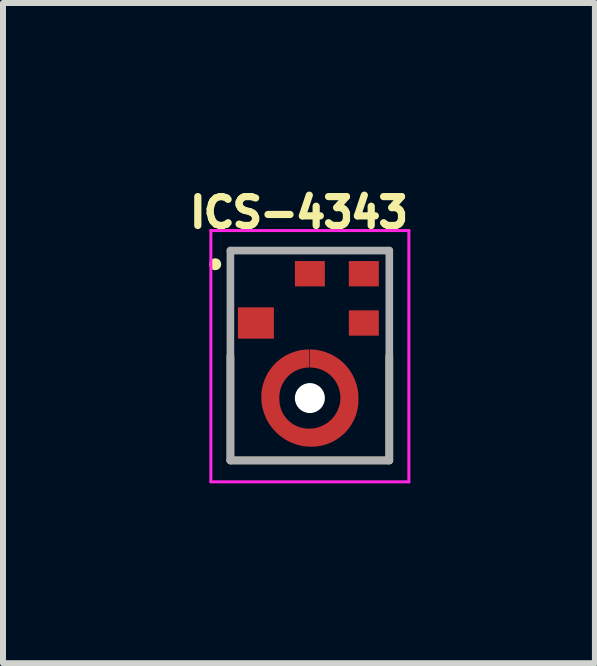
<source format=kicad_pcb>
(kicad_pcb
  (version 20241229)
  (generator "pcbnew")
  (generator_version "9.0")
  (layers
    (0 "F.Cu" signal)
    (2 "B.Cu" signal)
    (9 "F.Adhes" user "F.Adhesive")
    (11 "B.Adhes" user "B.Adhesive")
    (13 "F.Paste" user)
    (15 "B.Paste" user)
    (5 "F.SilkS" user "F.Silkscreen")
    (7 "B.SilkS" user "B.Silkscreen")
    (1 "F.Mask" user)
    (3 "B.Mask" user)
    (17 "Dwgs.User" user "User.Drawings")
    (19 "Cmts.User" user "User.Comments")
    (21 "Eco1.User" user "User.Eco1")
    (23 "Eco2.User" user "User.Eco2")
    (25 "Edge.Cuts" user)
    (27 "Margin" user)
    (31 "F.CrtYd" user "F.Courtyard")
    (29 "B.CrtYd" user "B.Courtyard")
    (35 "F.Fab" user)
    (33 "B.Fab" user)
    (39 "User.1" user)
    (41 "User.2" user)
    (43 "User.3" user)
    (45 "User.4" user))
  (footprint "ICS-4343"
    (layer "F.Cu")
    (at 2.118 3.589)
    (property "Reference" "ICS-4343" (at -0.182 -3.095 0) (layer "F.SilkS") (effects (font (size 0.482 0.482) (thickness 0.15))))
    (attr smd)
    (fp_circle (center 0 0) (end 0.456 0) (stroke (width 0.912) (type solid)) (fill no) (layer "F.Mask"))
    (fp_line (start -1.325 1.04) (end -1.325 -0.7) (stroke (width 0.127) (type solid)) (layer "F.SilkS"))
    (fp_line (start 1.325 -0.7) (end 1.325 1.04) (stroke (width 0.127) (type solid)) (layer "F.SilkS"))
    (fp_line (start 1.325 1.04) (end -1.325 1.04) (stroke (width 0.127) (type solid)) (layer "F.SilkS"))
    (fp_circle (center -1.578 -2.232) (end -1.528 -2.232) (stroke (width 0.1) (type solid)) (fill no) (layer "F.SilkS"))
    (fp_poly (pts (xy 0.38 0.53) (xy 0.28 0.425) (xy 0.23 0.46) (xy 0.12 0.5) (xy 0 0.514) (xy -0.12 0.5) (xy -0.225 0.462) (xy -0.288 0.426) (xy -0.385 0.525) (xy -0.5 0.64) (xy -0.405 0.705) (xy -0.31 0.75) (xy -0.22 0.78) (xy -0.14 0.8) (xy 0 0.81) (xy 0.16 0.796) (xy 0.31 0.75) (xy 0.425 0.69) (xy 0.495 0.645)) (stroke (width 0.001) (type solid)) (fill yes) (layer "F.Paste"))
    (fp_poly (pts (xy -0.375 -0.53) (xy -0.28 -0.435) (xy -0.23 -0.46) (xy -0.175 -0.485) (xy -0.12 -0.5) (xy -0.06 -0.51) (xy 0 -0.514) (xy 0.12 -0.5) (xy 0.225 -0.462) (xy 0.283 -0.426) (xy 0.385 -0.525) (xy 0.5 -0.64) (xy 0.41 -0.7) (xy 0.31 -0.75) (xy 0.23 -0.78) (xy 0.14 -0.8) (xy 0 -0.81) (xy -0.16 -0.796) (xy -0.31 -0.75) (xy -0.415 -0.7) (xy -0.49 -0.645)) (stroke (width 0.001) (type solid)) (fill yes) (layer "F.Paste"))
    (fp_poly (pts (xy 0.53 -0.385) (xy 0.425 -0.28) (xy 0.46 -0.23) (xy 0.5 -0.12) (xy 0.514 0) (xy 0.5 0.12) (xy 0.462 0.225) (xy 0.421 0.283) (xy 0.52 0.38) (xy 0.64 0.5) (xy 0.705 0.405) (xy 0.75 0.31) (xy 0.78 0.23) (xy 0.8 0.14) (xy 0.81 0.06) (xy 0.81 -0.065) (xy 0.796 -0.16) (xy 0.78 -0.235) (xy 0.75 -0.31) (xy 0.705 -0.405) (xy 0.64 -0.5)) (stroke (width 0.001) (type solid)) (fill yes) (layer "F.Paste"))
    (fp_poly (pts (xy -0.53 0.385) (xy -0.43 0.285) (xy -0.465 0.23) (xy -0.505 0.12) (xy -0.51 0.12) (xy -0.505 0.11) (xy -0.52 0.005) (xy -0.524 -0.005) (xy -0.52 -0.005) (xy -0.505 -0.125) (xy -0.462 -0.225) (xy -0.426 -0.293) (xy -0.525 -0.39) (xy -0.635 -0.505) (xy -0.7 -0.41) (xy -0.75 -0.31) (xy -0.78 -0.22) (xy -0.8 -0.14) (xy -0.81 0) (xy -0.796 0.16) (xy -0.75 0.31) (xy -0.705 0.4) (xy -0.64 0.5)) (stroke (width 0.001) (type solid)) (fill yes) (layer "F.Paste"))
    (fp_line (start -1.651 -2.794) (end 1.651 -2.794) (stroke (width 0.05) (type solid)) (layer "F.CrtYd"))
    (fp_line (start -1.651 1.397) (end -1.651 -2.794) (stroke (width 0.05) (type solid)) (layer "F.CrtYd"))
    (fp_line (start 1.651 -2.794) (end 1.651 1.397) (stroke (width 0.05) (type solid)) (layer "F.CrtYd"))
    (fp_line (start 1.651 1.397) (end -1.651 1.397) (stroke (width 0.05) (type solid)) (layer "F.CrtYd"))
    (fp_line (start -1.325 -2.46) (end 1.325 -2.46) (stroke (width 0.127) (type solid)) (layer "F.Fab"))
    (fp_line (start -1.325 1.04) (end -1.325 -2.46) (stroke (width 0.127) (type solid)) (layer "F.Fab"))
    (fp_line (start 1.325 -2.46) (end 1.325 1.04) (stroke (width 0.127) (type solid)) (layer "F.Fab"))
    (fp_line (start 1.325 1.04) (end -1.325 1.04) (stroke (width 0.127) (type solid)) (layer "F.Fab"))
    (pad "" np_thru_hole circle (at 0 0) (size 0.5 0.5) (drill 0.5) (layers "*.Cu" "*.Mask"))
    (pad "2" smd rect (at -0.9 -1.252) (size 0.6 0.522) (layers "F.Cu" "F.Mask" "F.Paste"))
    (pad "3" smd custom (at 0.65 -0.02) (size 0.1 0.1) (layers "F.Cu") (options (anchor rect)) (primitives (gr_poly (pts (xy -0.66 -0.49) (xy -0.66 -0.79) (xy -0.707 -0.789) (xy -0.748 -0.786) (xy -0.789 -0.78) (xy -0.83 -0.773) (xy -0.871 -0.763) (xy -0.911 -0.751) (xy -0.95 -0.737) (xy -0.988 -0.721) (xy -1.026 -0.703) (xy -1.063 -0.684) (xy -1.098 -0.662) (xy -1.132 -0.638) (xy -1.165 -0.613) (xy -1.197 -0.586) (xy -1.227 -0.557) (xy -1.256 -0.527) (xy -1.283 -0.495) (xy -1.308 -0.462) (xy -1.332 -0.428) (xy -1.354 -0.393) (xy -1.373 -0.356) (xy -1.391 -0.318) (xy -1.407 -0.28) (xy -1.421 -0.241) (xy -1.433 -0.201) (xy -1.443 -0.16) (xy -1.45 -0.119) (xy -1.456 -0.078) (xy -1.459 -0.037) (xy -1.46 0) (xy -1.459 0.043) (xy -1.455 0.087) (xy -1.45 0.13) (xy -1.442 0.173) (xy -1.432 0.215) (xy -1.419 0.256) (xy -1.405 0.297) (xy -1.388 0.338) (xy -1.37 0.377) (xy -1.349 0.415) (xy -1.326 0.452) (xy -1.301 0.488) (xy -1.275 0.522) (xy -1.247 0.555) (xy -1.217 0.587) (xy -1.185 0.617) (xy -1.152 0.645) (xy -1.118 0.671) (xy -1.082 0.696) (xy -1.045 0.719) (xy -1.007 0.74) (xy -0.968 0.758) (xy -0.927 0.775) (xy -0.886 0.789) (xy -0.845 0.802) (xy -0.803 0.812) (xy -0.76 0.82) (xy -0.717 0.825) (xy -0.673 0.829) (xy -0.63 0.83) (xy -0.62 0.83) (xy -0.579 0.829) (xy -0.538 0.826) (xy -0.498 0.82) (xy -0.458 0.813) (xy -0.418 0.803) (xy -0.379 0.792) (xy -0.34 0.778) (xy -0.303 0.763) (xy -0.266 0.745) (xy -0.23 0.725) (xy -0.195 0.704) (xy -0.162 0.681) (xy -0.129 0.656) (xy -0.098 0.63) (xy -0.068 0.602) (xy -0.04 0.572) (xy -0.014 0.541) (xy 0.011 0.508) (xy 0.034 0.475) (xy 0.055 0.44) (xy 0.075 0.404) (xy 0.093 0.367) (xy 0.108 0.33) (xy 0.122 0.291) (xy 0.133 0.252) (xy 0.143 0.212) (xy 0.15 0.172) (xy 0.156 0.132) (xy 0.159 0.091) (xy 0.16 0.05) (xy 0.16 0.02) (xy 0.159 -0.022) (xy 0.156 -0.065) (xy 0.15 -0.107) (xy 0.142 -0.148) (xy 0.132 -0.19) (xy 0.12 -0.23) (xy 0.106 -0.27) (xy 0.09 -0.309) (xy 0.072 -0.348) (xy 0.051 -0.385) (xy 0.029 -0.421) (xy 0.005 -0.456) (xy -0.021 -0.49) (xy -0.048 -0.522) (xy -0.077 -0.553) (xy -0.108 -0.582) (xy -0.14 -0.609) (xy -0.174 -0.635) (xy -0.209 -0.659) (xy -0.245 -0.681) (xy -0.282 -0.702) (xy -0.321 -0.72) (xy -0.36 -0.736) (xy -0.4 -0.75) (xy -0.44 -0.762) (xy -0.482 -0.772) (xy -0.523 -0.78) (xy -0.565 -0.786) (xy -0.608 -0.789) (xy -0.65 -0.79) (xy -0.65 -0.49) (xy -0.627 -0.49) (xy -0.601 -0.488) (xy -0.575 -0.485) (xy -0.549 -0.481) (xy -0.523 -0.475) (xy -0.497 -0.468) (xy -0.472 -0.46) (xy -0.448 -0.45) (xy -0.424 -0.439) (xy -0.4 -0.427) (xy -0.377 -0.413) (xy -0.355 -0.399) (xy -0.334 -0.383) (xy -0.314 -0.366) (xy -0.294 -0.348) (xy -0.276 -0.329) (xy -0.258 -0.31) (xy -0.242 -0.289) (xy -0.226 -0.267) (xy -0.212 -0.245) (xy -0.199 -0.222) (xy -0.187 -0.198) (xy -0.177 -0.174) (xy -0.167 -0.149) (xy -0.16 -0.124) (xy -0.153 -0.099) (xy -0.148 -0.073) (xy -0.144 -0.047) (xy -0.141 -0.02) (xy -0.14 0.01) (xy -0.141 0.037) (xy -0.143 0.064) (xy -0.146 0.091) (xy -0.151 0.118) (xy -0.158 0.145) (xy -0.165 0.171) (xy -0.175 0.196) (xy -0.185 0.222) (xy -0.197 0.246) (xy -0.21 0.27) (xy -0.224 0.293) (xy -0.239 0.316) (xy -0.256 0.337) (xy -0.274 0.358) (xy -0.292 0.378) (xy -0.312 0.396) (xy -0.333 0.414) (xy -0.354 0.431) (xy -0.377 0.446) (xy -0.4 0.46) (xy -0.424 0.473) (xy -0.448 0.485) (xy -0.474 0.495) (xy -0.499 0.505) (xy -0.525 0.512) (xy -0.552 0.519) (xy -0.579 0.524) (xy -0.606 0.527) (xy -0.633 0.529) (xy -0.66 0.53) (xy -0.67 0.53) (xy -0.696 0.529) (xy -0.721 0.527) (xy -0.747 0.524) (xy -0.772 0.519) (xy -0.797 0.513) (xy -0.821 0.506) (xy -0.846 0.497) (xy -0.869 0.488) (xy -0.892 0.477) (xy -0.915 0.464) (xy -0.937 0.451) (xy -0.958 0.436) (xy -0.978 0.421) (xy -0.998 0.404) (xy -1.016 0.386) (xy -1.034 0.368) (xy -1.051 0.348) (xy -1.066 0.328) (xy -1.081 0.307) (xy -1.094 0.285) (xy -1.107 0.262) (xy -1.118 0.239) (xy -1.127 0.216) (xy -1.136 0.191) (xy -1.143 0.167) (xy -1.149 0.142) (xy -1.154 0.117) (xy -1.157 0.091) (xy -1.159 0.066) (xy -1.16 0.04) (xy -1.16 0.01) (xy -1.159 -0.016) (xy -1.157 -0.042) (xy -1.154 -0.068) (xy -1.149 -0.094) (xy -1.143 -0.119) (xy -1.136 -0.145) (xy -1.127 -0.169) (xy -1.117 -0.193) (xy -1.106 -0.217) (xy -1.093 -0.24) (xy -1.079 -0.262) (xy -1.065 -0.284) (xy -1.049 -0.305) (xy -1.032 -0.325) (xy -1.014 -0.344) (xy -0.995 -0.362) (xy -0.975 -0.379) (xy -0.954 -0.395) (xy -0.932 -0.409) (xy -0.91 -0.423) (xy -0.887 -0.436) (xy -0.863 -0.447) (xy -0.839 -0.457) (xy -0.815 -0.466) (xy -0.789 -0.473) (xy -0.764 -0.479) (xy -0.738 -0.484) (xy -0.712 -0.487) (xy -0.686 -0.489) (xy -0.66 -0.49)) (width 0.001) (fill yes))))
    (pad "4" smd rect (at 0.9 -1.252) (size 0.5 0.422) (layers "F.Cu" "F.Mask" "F.Paste"))
    (pad "5" smd rect (at 0.9 -2.074) (size 0.5 0.422) (layers "F.Cu" "F.Mask" "F.Paste"))
    (pad "6" smd rect (at 0 -2.074) (size 0.5 0.422) (layers "F.Cu" "F.Mask" "F.Paste")))
  (gr_rect
    (start -3 -3)
    (end 6.872 8.011)
    (stroke (width 0.1) (type default))
    (fill no)
    (layer "Edge.Cuts")))
</source>
